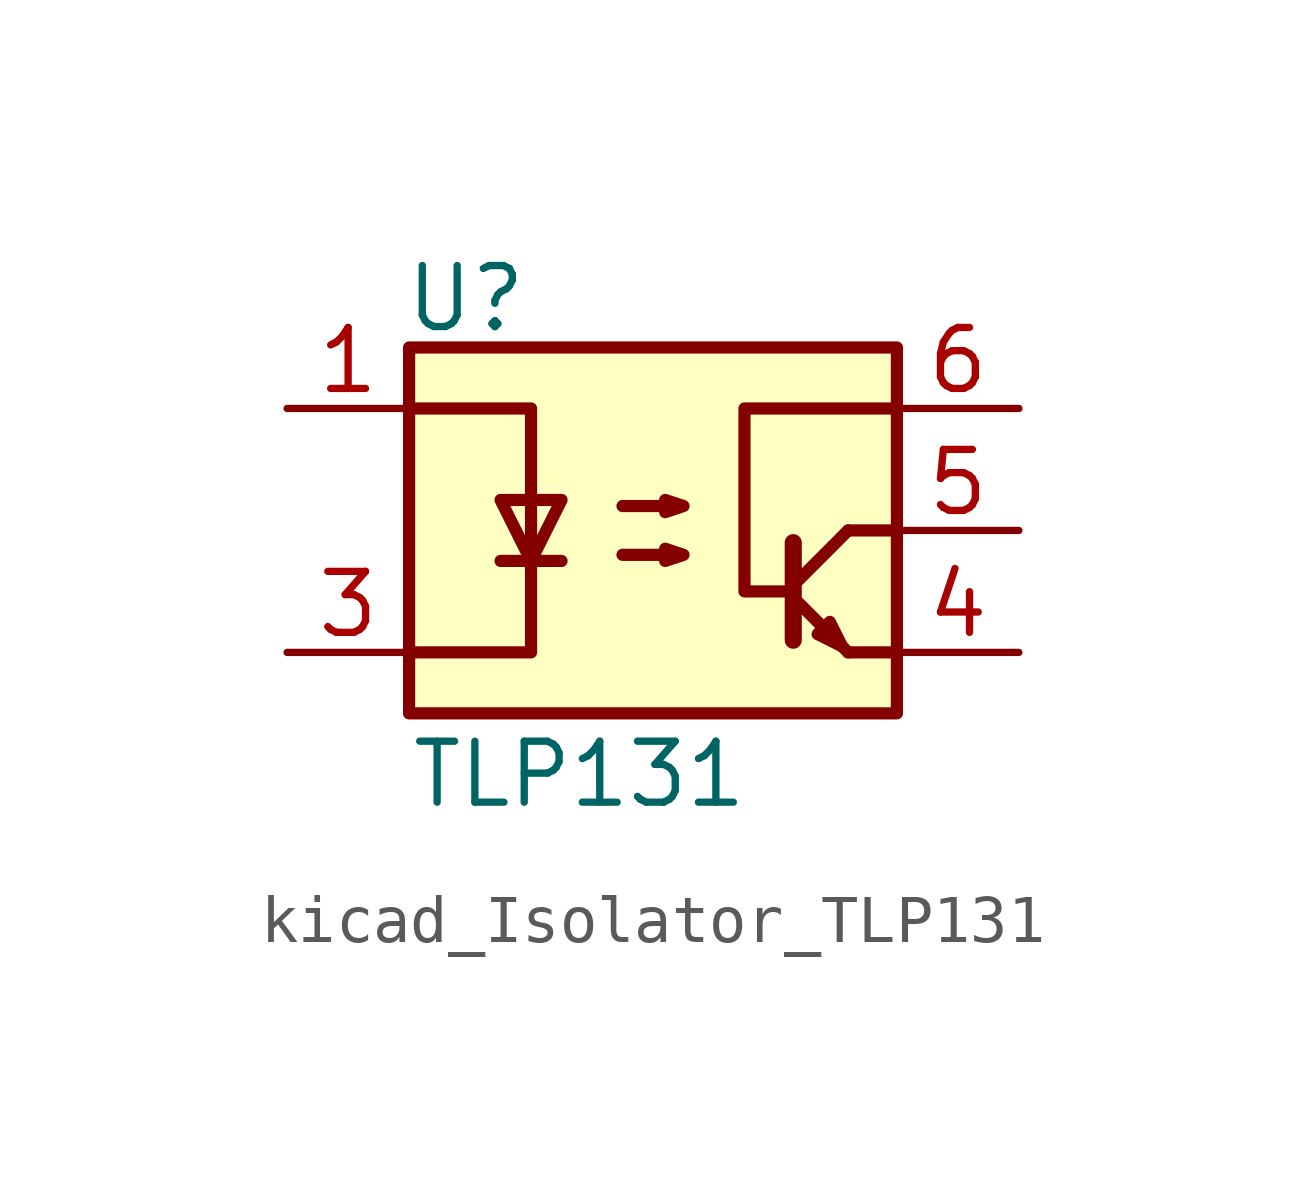
<source format=kicad_sym>
(kicad_symbol_lib
  (version 20220914)
  (generator kicad_symbol_editor)
  (symbol "kicad_Isolator_TLP131"
    (pin_names
      (offset 1.016))
    (property "Reference" "U"
      (at -5.207 4.826 0)
      (effects (font (size 1.27 1.27)) (justify left)))
    (property "Value" "TLP131"
      (at -5.08 -5.08 0)
      (effects (font (size 1.27 1.27)) (justify left)))
    (symbol "kicad_Isolator_TLP131_0_1"
      (rectangle (start -5.08 3.81) (end 5.08 -3.81) (stroke (width 0.254) (type default)) (fill (type background)))
      (polyline (pts (xy -3.175 -0.635) (xy -1.905 -0.635)) (stroke (width 0.254) (type default)) (fill (type none)))
      (polyline (pts (xy 2.921 -1.397) (xy 4.064 -2.54)) (stroke (width 0.254) (type default)) (fill (type none)))
      (polyline (pts (xy 2.921 -1.143) (xy 4.064 0)) (stroke (width 0.254) (type default)) (fill (type none)))
      (polyline (pts (xy 4.064 -2.54) (xy 5.08 -2.54)) (stroke (width 0.254) (type default)) (fill (type none)))
      (polyline (pts (xy 5.08 0) (xy 4.064 0)) (stroke (width 0.254) (type default)) (fill (type none)))
      (polyline (pts (xy 2.921 -0.254) (xy 2.921 -2.286) (xy 2.921 -2.286)) (stroke (width 0.356) (type default)) (fill (type none)))
      (polyline (pts (xy -5.08 -2.54) (xy -2.54 -2.54) (xy -2.54 2.54) (xy -5.08 2.54)) (stroke (width 0.254) (type default)) (fill (type none)))
      (polyline (pts (xy -2.54 -0.635) (xy -3.175 0.635) (xy -1.905 0.635) (xy -2.54 -0.635)) (stroke (width 0.254) (type default)) (fill (type none)))
      (polyline (pts (xy 2.921 -1.27) (xy 1.905 -1.27) (xy 1.905 2.54) (xy 5.08 2.54)) (stroke (width 0.254) (type default)) (fill (type none)))
      (polyline (pts (xy 3.937 -2.413) (xy 3.683 -1.905) (xy 3.429 -2.159) (xy 3.937 -2.413)) (stroke (width 0.254) (type default)) (fill (type none)))
      (polyline (pts (xy -0.635 -0.508) (xy 0.635 -0.508) (xy 0.254 -0.635) (xy 0.254 -0.381) (xy 0.635 -0.508)) (stroke (width 0.254) (type default)) (fill (type none)))
      (polyline (pts (xy -0.635 0.508) (xy 0.635 0.508) (xy 0.254 0.381) (xy 0.254 0.635) (xy 0.635 0.508)) (stroke (width 0.254) (type default)) (fill (type none))))
    (symbol "kicad_Isolator_TLP131_1_1"
      (pin passive line (at -7.62 2.54 0) (length 2.54) (name "~" (effects (font (size 1.27 1.27)))) (number "1" (effects (font (size 1.27 1.27)))))
      (pin passive line (at -7.62 -2.54 0) (length 2.54) (name "~" (effects (font (size 1.27 1.27)))) (number "3" (effects (font (size 1.27 1.27)))))
      (pin passive line (at 7.62 -2.54 180) (length 2.54) (name "~" (effects (font (size 1.27 1.27)))) (number "4" (effects (font (size 1.27 1.27)))))
      (pin open_collector line (at 7.62 0 180) (length 2.54) (name "~" (effects (font (size 1.27 1.27)))) (number "5" (effects (font (size 1.27 1.27)))))
      (pin passive line (at 7.62 2.54 180) (length 2.54) (name "~" (effects (font (size 1.27 1.27)))) (number "6" (effects (font (size 1.27 1.27))))))))
</source>
